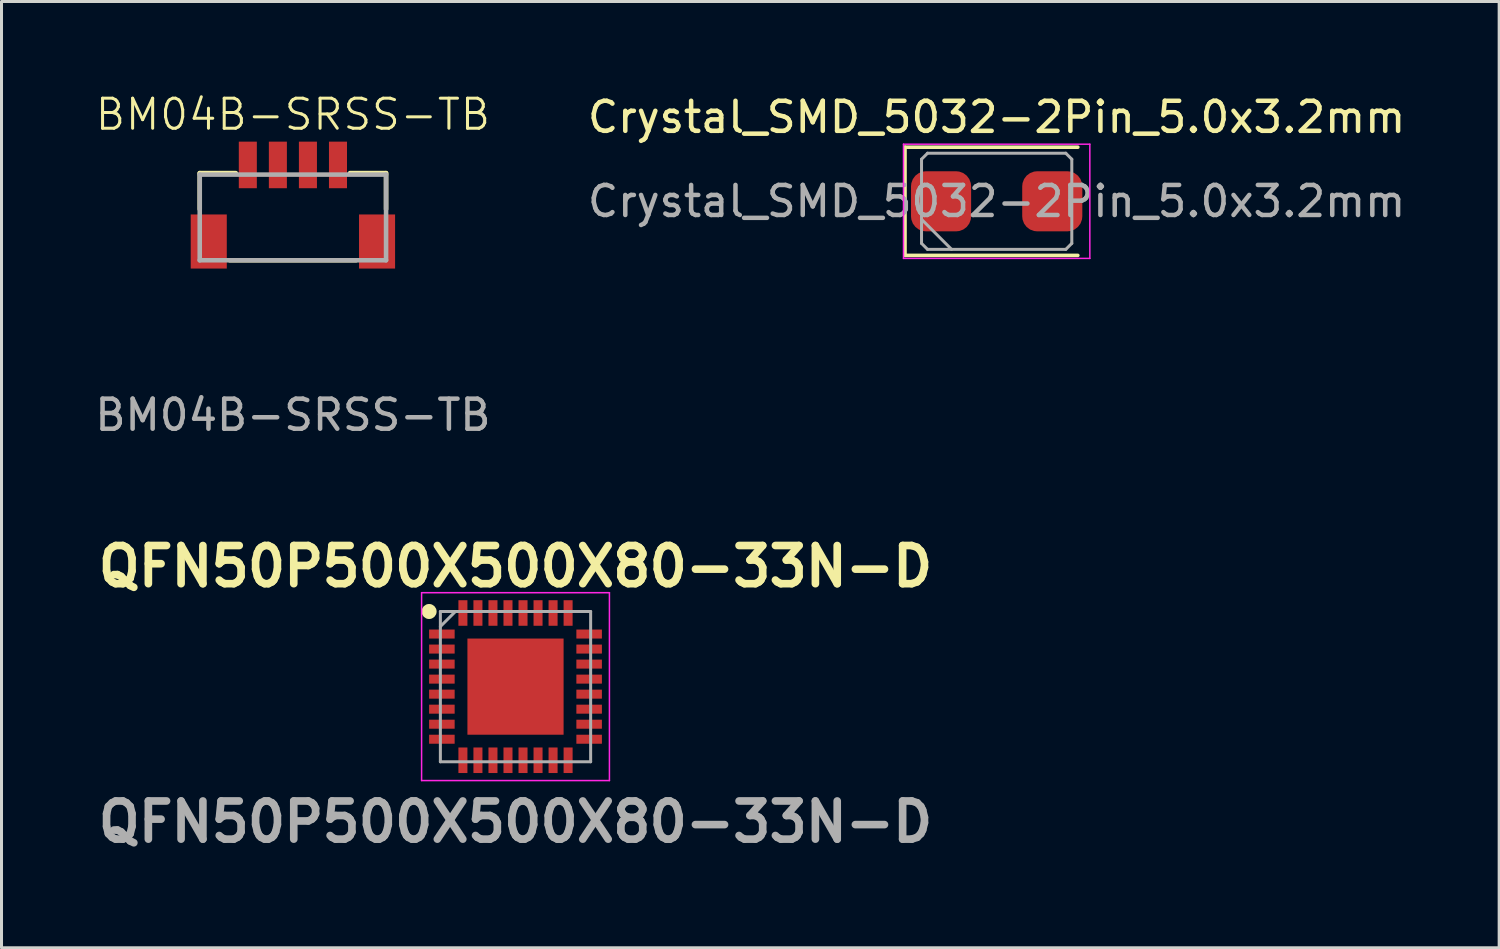
<source format=kicad_pcb>
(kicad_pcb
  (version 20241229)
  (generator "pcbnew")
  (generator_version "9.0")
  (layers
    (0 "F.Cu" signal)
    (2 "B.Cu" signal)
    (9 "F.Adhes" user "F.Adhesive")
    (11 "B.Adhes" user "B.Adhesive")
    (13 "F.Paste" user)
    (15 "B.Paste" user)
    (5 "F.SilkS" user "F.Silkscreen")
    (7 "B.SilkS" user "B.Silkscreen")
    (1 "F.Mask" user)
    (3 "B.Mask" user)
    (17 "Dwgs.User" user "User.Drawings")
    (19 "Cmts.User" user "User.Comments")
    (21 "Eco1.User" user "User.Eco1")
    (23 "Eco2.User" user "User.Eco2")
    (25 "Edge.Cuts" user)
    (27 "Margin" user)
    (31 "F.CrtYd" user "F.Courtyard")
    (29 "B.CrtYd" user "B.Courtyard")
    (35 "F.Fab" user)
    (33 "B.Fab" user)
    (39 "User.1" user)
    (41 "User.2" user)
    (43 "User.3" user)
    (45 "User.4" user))
  (footprint "Crystal_SMD_5032-2Pin_5.0x3.2mm"
    (layer "F.Cu")
    (at 30.113 3.648)
    (property "Reference" "Crystal_SMD_5032-2Pin_5.0x3.2mm" (at 0 -2.8 0) (layer "F.SilkS") (effects (font (size 1 1) (thickness 0.15))))
    (attr smd)
    (fp_line (start -3.05 -1.8) (end -3.05 1.8) (stroke (width 0.12) (type solid)) (layer "F.SilkS"))
    (fp_line (start -3.05 1.8) (end 2.7 1.8) (stroke (width 0.12) (type solid)) (layer "F.SilkS"))
    (fp_line (start 2.7 -1.8) (end -3.05 -1.8) (stroke (width 0.12) (type solid)) (layer "F.SilkS"))
    (fp_line (start -3.1 -1.9) (end -3.1 1.9) (stroke (width 0.05) (type solid)) (layer "F.CrtYd"))
    (fp_line (start -3.1 1.9) (end 3.1 1.9) (stroke (width 0.05) (type solid)) (layer "F.CrtYd"))
    (fp_line (start 3.1 -1.9) (end -3.1 -1.9) (stroke (width 0.05) (type solid)) (layer "F.CrtYd"))
    (fp_line (start 3.1 1.9) (end 3.1 -1.9) (stroke (width 0.05) (type solid)) (layer "F.CrtYd"))
    (fp_line (start -2.5 -1.4) (end -2.3 -1.6) (stroke (width 0.1) (type solid)) (layer "F.Fab"))
    (fp_line (start -2.5 0.6) (end -1.5 1.6) (stroke (width 0.1) (type solid)) (layer "F.Fab"))
    (fp_line (start -2.5 1.4) (end -2.5 -1.4) (stroke (width 0.1) (type solid)) (layer "F.Fab"))
    (fp_line (start -2.3 -1.6) (end 2.3 -1.6) (stroke (width 0.1) (type solid)) (layer "F.Fab"))
    (fp_line (start -2.3 1.6) (end -2.5 1.4) (stroke (width 0.1) (type solid)) (layer "F.Fab"))
    (fp_line (start 2.3 -1.6) (end 2.5 -1.4) (stroke (width 0.1) (type solid)) (layer "F.Fab"))
    (fp_line (start 2.3 1.6) (end -2.3 1.6) (stroke (width 0.1) (type solid)) (layer "F.Fab"))
    (fp_line (start 2.5 -1.4) (end 2.5 1.4) (stroke (width 0.1) (type solid)) (layer "F.Fab"))
    (fp_line (start 2.5 1.4) (end 2.3 1.6) (stroke (width 0.1) (type solid)) (layer "F.Fab"))
    (fp_text user "${REFERENCE}" (at 0 0 0) (layer "F.Fab") (effects (font (size 1 1) (thickness 0.15))))
    (pad "1" smd roundrect (at -1.85 0) (size 2 2) (layers "F.Cu" "F.Mask" "F.Paste") (roundrect_rratio 0.25))
    (pad "2" smd roundrect (at 1.85 0) (size 2 2) (layers "F.Cu" "F.Mask" "F.Paste") (roundrect_rratio 0.25)))
  (footprint "BM04B-SRSS-TB"
    (layer "F.Cu")
    (at 6.696 4.16)
    (property "Reference" "BM04B-SRSS-TB" (at 0 -3.4 0) (unlocked yes) (layer "F.SilkS") (effects (font (size 1 1) (thickness 0.1))))
    (attr smd)
    (fp_line (start -3.1 -1.45) (end -1.9 -1.45) (stroke (width 0.152) (type solid)) (layer "F.SilkS"))
    (fp_line (start -3.1 -0.25) (end -3.1 -1.45) (stroke (width 0.152) (type solid)) (layer "F.SilkS"))
    (fp_line (start -2.1 1.45) (end 2.1 1.45) (stroke (width 0.152) (type solid)) (layer "F.SilkS"))
    (fp_line (start 1.9 -1.45) (end 3.1 -1.45) (stroke (width 0.152) (type solid)) (layer "F.SilkS"))
    (fp_line (start 3.1 -1.45) (end 3.1 -0.25) (stroke (width 0.152) (type solid)) (layer "F.SilkS"))
    (fp_line (start -3.1 -1.4) (end 3.1 -1.4) (stroke (width 0.152) (type solid)) (layer "F.Fab"))
    (fp_line (start -3.1 1.45) (end -3.1 -1.4) (stroke (width 0.152) (type default)) (layer "F.Fab"))
    (fp_line (start 3.1 -1.4) (end 3.1 1.45) (stroke (width 0.152) (type solid)) (layer "F.Fab"))
    (fp_line (start 3.1 1.45) (end -3.1 1.45) (stroke (width 0.152) (type solid)) (layer "F.Fab"))
    (fp_text user "${REFERENCE}" (at 0 6.6 0) (unlocked yes) (layer "F.Fab") (effects (font (size 1 1) (thickness 0.15))))
    (pad "1" smd rect (at 1.5 -1.722 270) (size 1.55 0.6) (layers "F.Cu" "F.Mask" "F.Paste"))
    (pad "2" smd rect (at 0.5 -1.722 270) (size 1.55 0.6) (layers "F.Cu" "F.Mask" "F.Paste"))
    (pad "3" smd rect (at -0.5 -1.722 270) (size 1.55 0.6) (layers "F.Cu" "F.Mask" "F.Paste"))
    (pad "4" smd rect (at -1.5 -1.722 270) (size 1.55 0.6) (layers "F.Cu" "F.Mask" "F.Paste"))
    (pad "5" smd rect (at -2.8 0.826 90) (size 1.8 1.2) (layers "F.Cu" "F.Mask" "F.Paste"))
    (pad "5" smd rect (at 2.8 0.826 90) (size 1.8 1.2) (layers "F.Cu" "F.Mask" "F.Paste")))
  (footprint "QFN50P500X500X80-33N-D"
    (layer "F.Cu")
    (at 14.103 19.797)
    (property "Reference" "QFN50P500X500X80-33N-D" (at 0 -4 0) (layer "F.SilkS") (effects (font (size 1.27 1.27) (thickness 0.254))))
    (attr smd)
    (fp_circle (center -2.875 -2.5) (end -2.875 -2.375) (stroke (width 0.25) (type solid)) (fill no) (layer "F.SilkS"))
    (fp_line (start -3.125 -3.125) (end 3.125 -3.125) (stroke (width 0.05) (type solid)) (layer "F.CrtYd"))
    (fp_line (start -3.125 3.125) (end -3.125 -3.125) (stroke (width 0.05) (type solid)) (layer "F.CrtYd"))
    (fp_line (start 3.125 -3.125) (end 3.125 3.125) (stroke (width 0.05) (type solid)) (layer "F.CrtYd"))
    (fp_line (start 3.125 3.125) (end -3.125 3.125) (stroke (width 0.05) (type solid)) (layer "F.CrtYd"))
    (fp_line (start -2.5 -2.5) (end 2.5 -2.5) (stroke (width 0.1) (type solid)) (layer "F.Fab"))
    (fp_line (start -2.5 -2) (end -2 -2.5) (stroke (width 0.1) (type solid)) (layer "F.Fab"))
    (fp_line (start -2.5 2.5) (end -2.5 -2.5) (stroke (width 0.1) (type solid)) (layer "F.Fab"))
    (fp_line (start 2.5 -2.5) (end 2.5 2.5) (stroke (width 0.1) (type solid)) (layer "F.Fab"))
    (fp_line (start 2.5 2.5) (end -2.5 2.5) (stroke (width 0.1) (type solid)) (layer "F.Fab"))
    (fp_text user "${REFERENCE}" (at 0 4.5 0) (layer "F.Fab") (effects (font (size 1.27 1.27) (thickness 0.254))))
    (pad "1" smd rect (at -2.45 -1.75 90) (size 0.3 0.85) (layers "F.Cu" "F.Mask" "F.Paste"))
    (pad "2" smd rect (at -2.45 -1.25 90) (size 0.3 0.85) (layers "F.Cu" "F.Mask" "F.Paste"))
    (pad "3" smd rect (at -2.45 -0.75 90) (size 0.3 0.85) (layers "F.Cu" "F.Mask" "F.Paste"))
    (pad "4" smd rect (at -2.45 -0.25 90) (size 0.3 0.85) (layers "F.Cu" "F.Mask" "F.Paste"))
    (pad "5" smd rect (at -2.45 0.25 90) (size 0.3 0.85) (layers "F.Cu" "F.Mask" "F.Paste"))
    (pad "6" smd rect (at -2.45 0.75 90) (size 0.3 0.85) (layers "F.Cu" "F.Mask" "F.Paste"))
    (pad "7" smd rect (at -2.45 1.25 90) (size 0.3 0.85) (layers "F.Cu" "F.Mask" "F.Paste"))
    (pad "8" smd rect (at -2.45 1.75 90) (size 0.3 0.85) (layers "F.Cu" "F.Mask" "F.Paste"))
    (pad "9" smd rect (at -1.75 2.45) (size 0.3 0.85) (layers "F.Cu" "F.Mask" "F.Paste"))
    (pad "10" smd rect (at -1.25 2.45) (size 0.3 0.85) (layers "F.Cu" "F.Mask" "F.Paste"))
    (pad "11" smd rect (at -0.75 2.45) (size 0.3 0.85) (layers "F.Cu" "F.Mask" "F.Paste"))
    (pad "12" smd rect (at -0.25 2.45) (size 0.3 0.85) (layers "F.Cu" "F.Mask" "F.Paste"))
    (pad "13" smd rect (at 0.25 2.45) (size 0.3 0.85) (layers "F.Cu" "F.Mask" "F.Paste"))
    (pad "14" smd rect (at 0.75 2.45) (size 0.3 0.85) (layers "F.Cu" "F.Mask" "F.Paste"))
    (pad "15" smd rect (at 1.25 2.45) (size 0.3 0.85) (layers "F.Cu" "F.Mask" "F.Paste"))
    (pad "16" smd rect (at 1.75 2.45) (size 0.3 0.85) (layers "F.Cu" "F.Mask" "F.Paste"))
    (pad "17" smd rect (at 2.45 1.75 90) (size 0.3 0.85) (layers "F.Cu" "F.Mask" "F.Paste"))
    (pad "18" smd rect (at 2.45 1.25 90) (size 0.3 0.85) (layers "F.Cu" "F.Mask" "F.Paste"))
    (pad "19" smd rect (at 2.45 0.75 90) (size 0.3 0.85) (layers "F.Cu" "F.Mask" "F.Paste"))
    (pad "20" smd rect (at 2.45 0.25 90) (size 0.3 0.85) (layers "F.Cu" "F.Mask" "F.Paste"))
    (pad "21" smd rect (at 2.45 -0.25 90) (size 0.3 0.85) (layers "F.Cu" "F.Mask" "F.Paste"))
    (pad "22" smd rect (at 2.45 -0.75 90) (size 0.3 0.85) (layers "F.Cu" "F.Mask" "F.Paste"))
    (pad "23" smd rect (at 2.45 -1.25 90) (size 0.3 0.85) (layers "F.Cu" "F.Mask" "F.Paste"))
    (pad "24" smd rect (at 2.45 -1.75 90) (size 0.3 0.85) (layers "F.Cu" "F.Mask" "F.Paste"))
    (pad "25" smd rect (at 1.75 -2.45) (size 0.3 0.85) (layers "F.Cu" "F.Mask" "F.Paste"))
    (pad "26" smd rect (at 1.25 -2.45) (size 0.3 0.85) (layers "F.Cu" "F.Mask" "F.Paste"))
    (pad "27" smd rect (at 0.75 -2.45) (size 0.3 0.85) (layers "F.Cu" "F.Mask" "F.Paste"))
    (pad "28" smd rect (at 0.25 -2.45) (size 0.3 0.85) (layers "F.Cu" "F.Mask" "F.Paste"))
    (pad "29" smd rect (at -0.25 -2.45) (size 0.3 0.85) (layers "F.Cu" "F.Mask" "F.Paste"))
    (pad "30" smd rect (at -0.75 -2.45) (size 0.3 0.85) (layers "F.Cu" "F.Mask" "F.Paste"))
    (pad "31" smd rect (at -1.25 -2.45) (size 0.3 0.85) (layers "F.Cu" "F.Mask" "F.Paste"))
    (pad "32" smd rect (at -1.75 -2.45) (size 0.3 0.85) (layers "F.Cu" "F.Mask" "F.Paste"))
    (pad "33" smd rect (at 0 0) (size 3.2 3.2) (layers "F.Cu" "F.Mask" "F.Paste")))
  (gr_rect
    (start -3 -3)
    (end 46.833 28.486)
    (stroke (width 0.1) (type default))
    (fill no)
    (layer "Edge.Cuts")))
</source>
